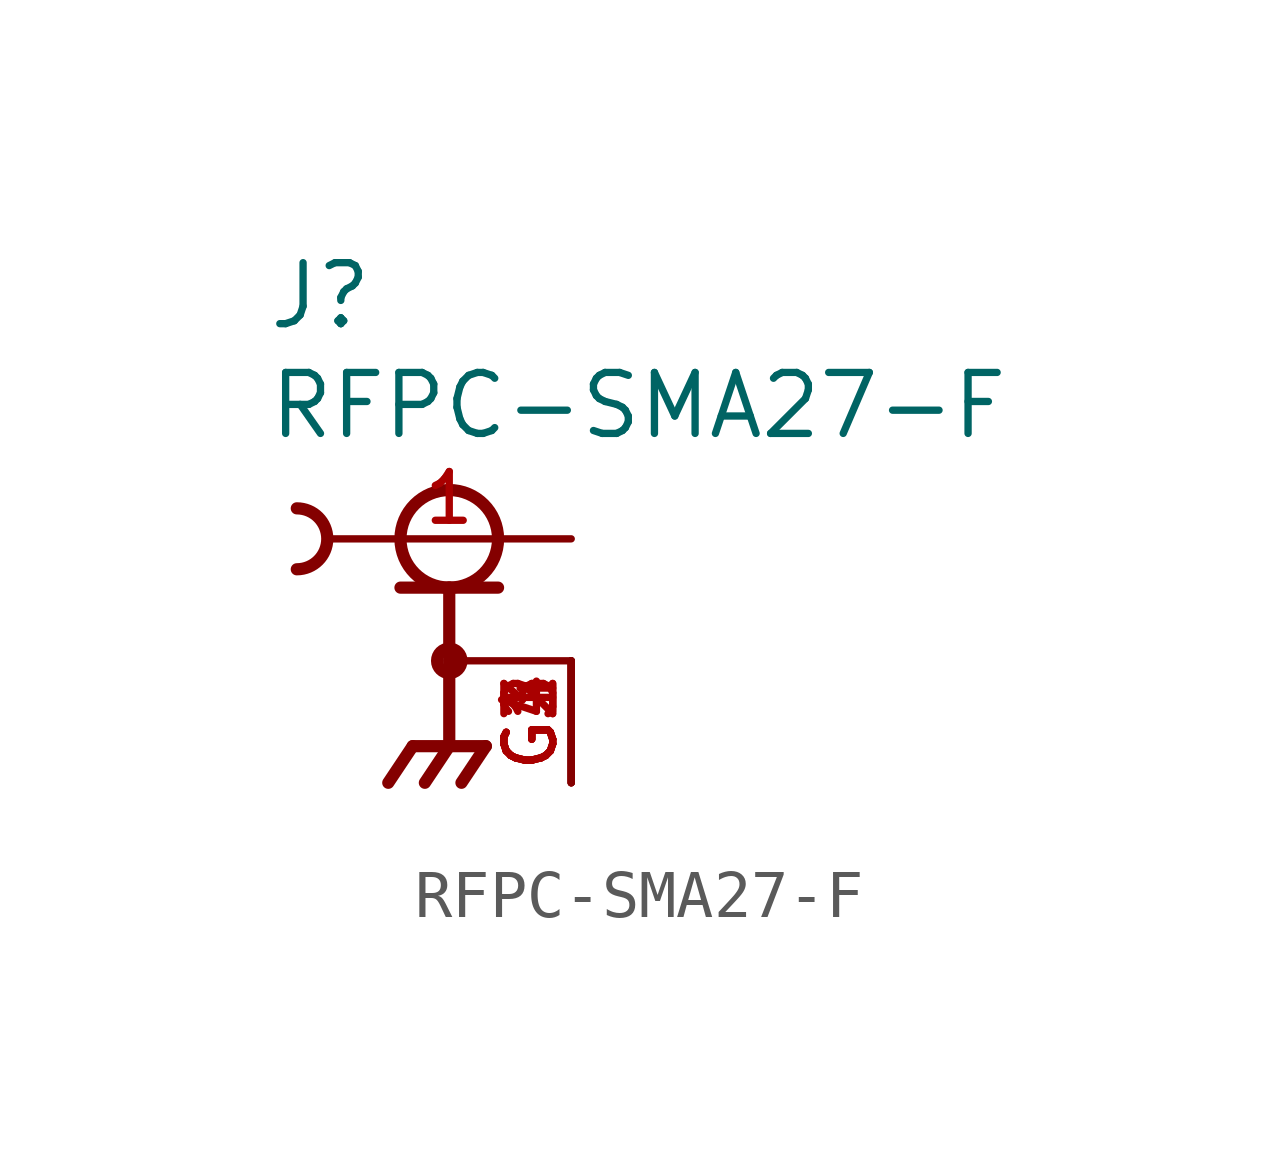
<source format=kicad_sym>
(kicad_symbol_lib
  (version 20241209)
  (generator "kicad_symbol_editor")
  (generator_version "9.0")
  (symbol "RFPC-SMA27-F"
    (pin_names
      (offset 1.016))
    (property "Reference" "J"
      (at -3.81 4.318 0)
      (effects (font (size 1.27 1.27)) (justify left bottom)))
    (property "Value" "RFPC-SMA27-F"
      (at -3.81 2.032 0)
      (effects (font (size 1.27 1.27)) (justify left bottom)))
    (symbol "RFPC-SMA27-F_0_0"
      (arc (start -3.175 0.635) (mid -2.5427 0) (end -3.175 -0.635) (stroke (width 0.254) (type default)) (fill (type none)))
      (polyline (pts (xy -1.016 -1.016) (xy 0 -1.016)) (stroke (width 0.254) (type default)) (fill (type none)))
      (polyline (pts (xy -0.762 -4.318) (xy -1.27 -5.08)) (stroke (width 0.254) (type default)) (fill (type none)))
      (circle (center 0 0) (radius 1.016) (stroke (width 0.254) (type default)) (fill (type none)))
      (polyline (pts (xy 0 -1.016) (xy 0 -2.54)) (stroke (width 0.254) (type default)) (fill (type none)))
      (polyline (pts (xy 0 -1.016) (xy 1.016 -1.016)) (stroke (width 0.254) (type default)) (fill (type none)))
      (polyline (pts (xy 0 -2.54) (xy 0 -4.318)) (stroke (width 0.254) (type default)) (fill (type none)))
      (polyline (pts (xy 0 -2.54) (xy 2.54 -2.54)) (stroke (width 0.152) (type default)) (fill (type none)))
      (circle (center 0 -2.54) (radius 0.254) (stroke (width 0.254) (type default)) (fill (type none)))
      (polyline (pts (xy 0 -4.318) (xy -0.762 -4.318)) (stroke (width 0.254) (type default)) (fill (type none)))
      (polyline (pts (xy 0 -4.318) (xy -0.508 -5.08)) (stroke (width 0.254) (type default)) (fill (type none)))
      (polyline (pts (xy 0 -4.318) (xy 0.762 -4.318)) (stroke (width 0.254) (type default)) (fill (type none)))
      (polyline (pts (xy 0.762 -4.318) (xy 0.254 -5.08)) (stroke (width 0.254) (type default)) (fill (type none)))
      (pin passive line (at 2.54 0 180) (length 5.08) (name "~" (effects (font (size 1.016 1.016)))) (number "1" (effects (font (size 1.016 1.016)))))
      (pin power_in line (at 2.54 -5.08 90) (length 2.54) (name "~" (effects (font (size 1.016 1.016)))) (number "G1" (effects (font (size 1.016 1.016)))))
      (pin power_in line (at 2.54 -5.08 90) (length 2.54) (name "~" (effects (font (size 1.016 1.016)))) (number "G2" (effects (font (size 1.016 1.016)))))
      (pin power_in line (at 2.54 -5.08 90) (length 2.54) (name "~" (effects (font (size 1.016 1.016)))) (number "G3" (effects (font (size 1.016 1.016)))))
      (pin power_in line (at 2.54 -5.08 90) (length 2.54) (name "~" (effects (font (size 1.016 1.016)))) (number "G4" (effects (font (size 1.016 1.016))))))))
</source>
